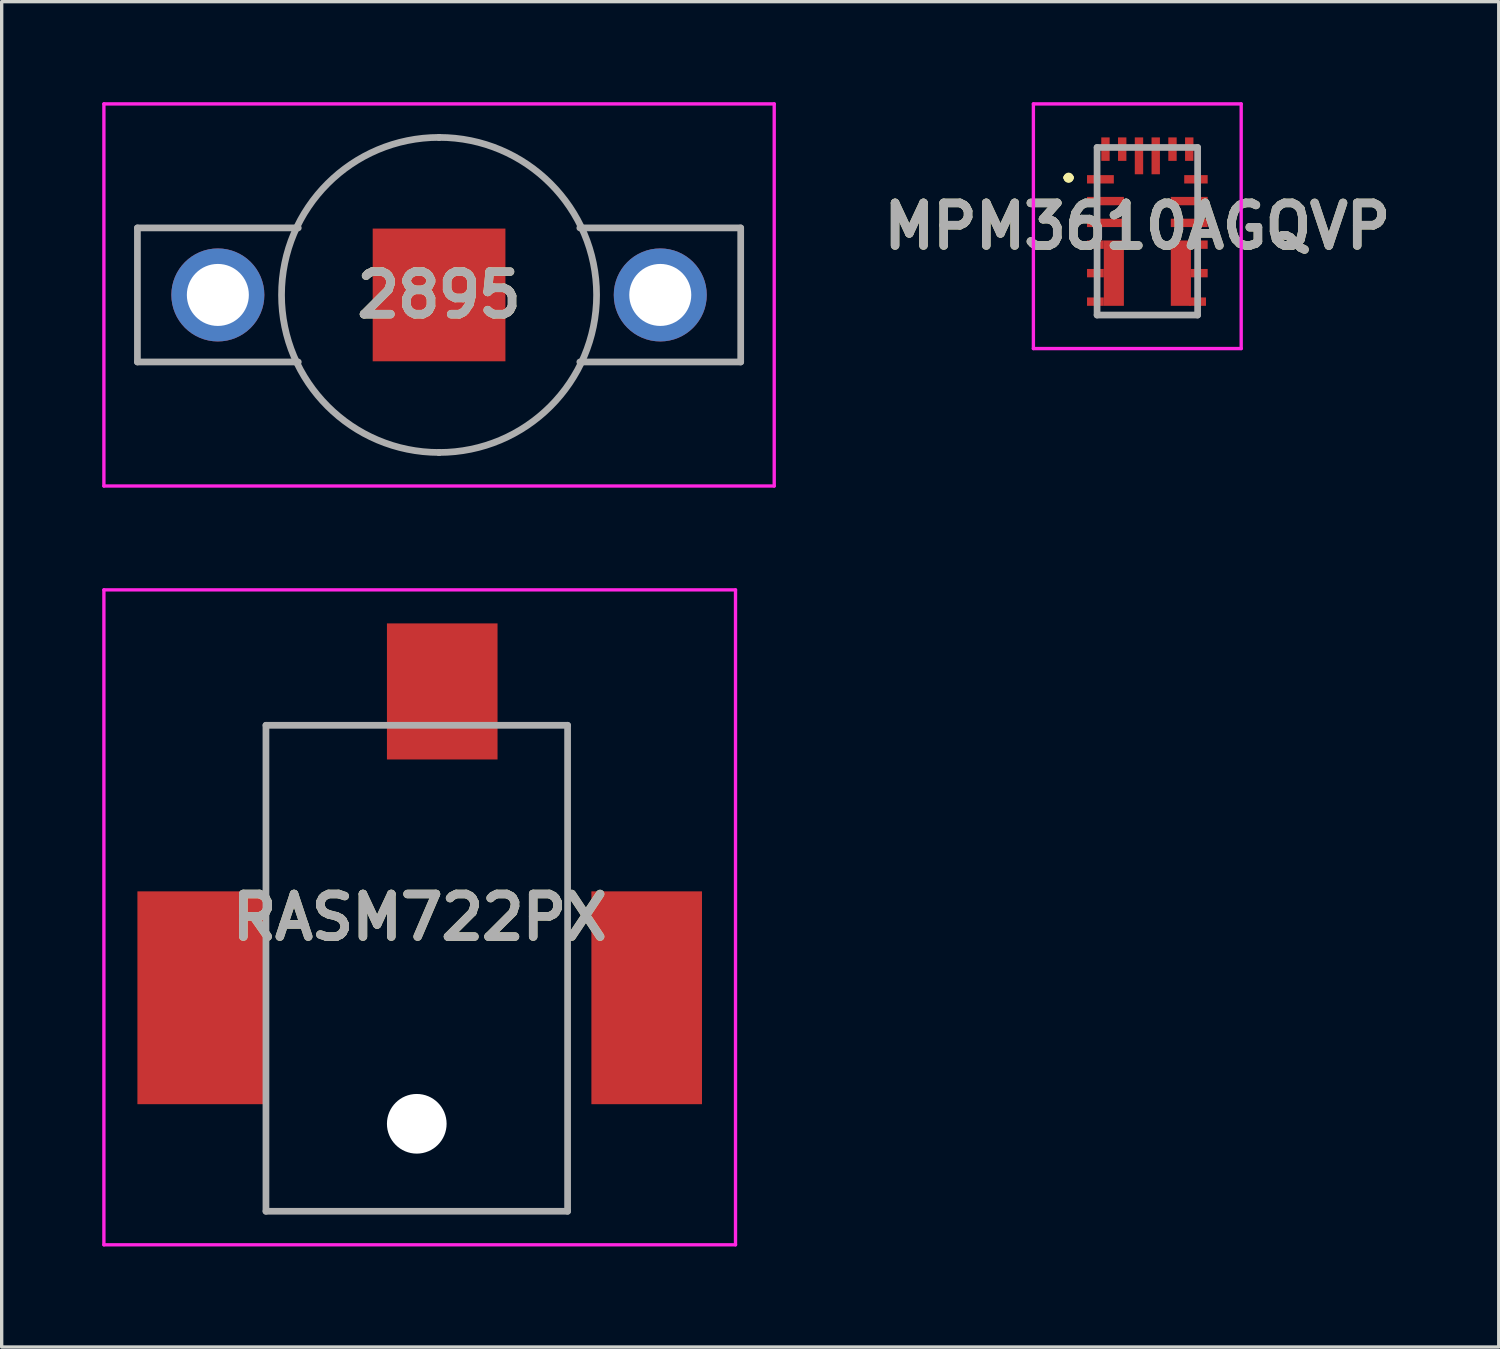
<source format=kicad_pcb>
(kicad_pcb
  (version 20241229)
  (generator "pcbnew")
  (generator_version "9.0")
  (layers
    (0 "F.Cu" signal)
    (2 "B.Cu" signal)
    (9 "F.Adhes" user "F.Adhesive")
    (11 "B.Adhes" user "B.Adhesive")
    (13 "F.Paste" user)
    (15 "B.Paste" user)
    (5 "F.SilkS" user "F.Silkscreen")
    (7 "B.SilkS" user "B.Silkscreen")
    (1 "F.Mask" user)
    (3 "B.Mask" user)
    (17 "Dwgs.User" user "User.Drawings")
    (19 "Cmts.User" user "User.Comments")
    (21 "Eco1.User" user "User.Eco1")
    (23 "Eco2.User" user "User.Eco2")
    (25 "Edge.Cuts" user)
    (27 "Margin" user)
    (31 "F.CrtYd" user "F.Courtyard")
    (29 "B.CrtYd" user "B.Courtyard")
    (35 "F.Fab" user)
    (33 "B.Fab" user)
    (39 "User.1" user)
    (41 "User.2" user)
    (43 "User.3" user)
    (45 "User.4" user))
  (footprint "2895"
    (layer "F.Cu")
    (at 3.45 5.75)
    (property "Reference" "2895" (at 6.6 0 0) (layer "F.SilkS") (effects (font (size 1.27 1.27) (thickness 0.254))))
    (attr through_hole)
    (fp_line (start 6.6 -4.7) (end 6.6 -4.7) (stroke (width 0.1) (type solid)) (layer "F.SilkS"))
    (fp_line (start 6.6 4.7) (end 6.6 4.7) (stroke (width 0.1) (type solid)) (layer "F.SilkS"))
    (fp_arc (start 6.6 -4.7) (mid 11.3 0) (end 6.6 4.7) (stroke (width 0.1) (type solid)) (layer "F.SilkS"))
    (fp_arc (start 6.6 4.7) (mid 1.9 0) (end 6.6 -4.7) (stroke (width 0.1) (type solid)) (layer "F.SilkS"))
    (fp_line (start -3.4 -5.7) (end 16.6 -5.7) (stroke (width 0.1) (type solid)) (layer "F.CrtYd"))
    (fp_line (start -3.4 5.7) (end -3.4 -5.7) (stroke (width 0.1) (type solid)) (layer "F.CrtYd"))
    (fp_line (start 16.6 -5.7) (end 16.6 5.7) (stroke (width 0.1) (type solid)) (layer "F.CrtYd"))
    (fp_line (start 16.6 5.7) (end -3.4 5.7) (stroke (width 0.1) (type solid)) (layer "F.CrtYd"))
    (fp_line (start -2.4 -2) (end -2.4 2) (stroke (width 0.2) (type solid)) (layer "F.Fab"))
    (fp_line (start -2.4 2) (end 2.4 2) (stroke (width 0.2) (type solid)) (layer "F.Fab"))
    (fp_line (start 2.4 -2) (end -2.4 -2) (stroke (width 0.2) (type solid)) (layer "F.Fab"))
    (fp_line (start 6.6 -4.7) (end 6.6 -4.7) (stroke (width 0.2) (type solid)) (layer "F.Fab"))
    (fp_line (start 6.6 4.7) (end 6.6 4.7) (stroke (width 0.2) (type solid)) (layer "F.Fab"))
    (fp_line (start 10.8 -2) (end 15.6 -2) (stroke (width 0.2) (type solid)) (layer "F.Fab"))
    (fp_line (start 15.6 -2) (end 15.6 2) (stroke (width 0.2) (type solid)) (layer "F.Fab"))
    (fp_line (start 15.6 2) (end 10.8 2) (stroke (width 0.2) (type solid)) (layer "F.Fab"))
    (fp_arc (start 6.6 -4.7) (mid 11.3 0) (end 6.6 4.7) (stroke (width 0.2) (type solid)) (layer "F.Fab"))
    (fp_arc (start 6.6 4.7) (mid 1.9 0) (end 6.6 -4.7) (stroke (width 0.2) (type solid)) (layer "F.Fab"))
    (fp_text user "${REFERENCE}" (at 6.6 0 0) (layer "F.Fab") (effects (font (size 1.27 1.27) (thickness 0.254))))
    (pad "1" thru_hole circle (at 0 0) (size 2.775 2.775) (drill 1.85) (layers "*.Cu" "*.Mask"))
    (pad "2" thru_hole circle (at 13.2 0) (size 2.775 2.775) (drill 1.85) (layers "*.Cu" "*.Mask"))
    (pad "MP1" smd rect (at 6.6 0 90) (size 3.96 3.96) (layers "F.Cu" "F.Mask" "F.Paste")))
  (footprint "RASM722PX"
    (layer "F.Cu")
    (at 9.6 25.335)
    (property "Reference" "RASM722PX" (at -0.128 -1.015 0) (layer "F.SilkS") (effects (font (size 1.27 1.27) (thickness 0.254))))
    (attr through_hole)
    (fp_line (start -4.715 -6.745) (end -1.455 -6.745) (stroke (width 0.1) (type solid)) (layer "F.SilkS"))
    (fp_line (start -4.715 -2.245) (end -4.715 -6.745) (stroke (width 0.1) (type solid)) (layer "F.SilkS"))
    (fp_line (start -4.715 7.755) (end -4.715 5.755) (stroke (width 0.1) (type solid)) (layer "F.SilkS"))
    (fp_line (start 2.545 -6.745) (end 4.285 -6.745) (stroke (width 0.1) (type solid)) (layer "F.SilkS"))
    (fp_line (start 4.285 -6.745) (end 4.285 7.755) (stroke (width 0.1) (type solid)) (layer "F.SilkS"))
    (fp_line (start 4.285 7.755) (end -4.715 7.755) (stroke (width 0.1) (type solid)) (layer "F.SilkS"))
    (fp_line (start -9.55 -10.785) (end 9.295 -10.785) (stroke (width 0.1) (type solid)) (layer "F.CrtYd"))
    (fp_line (start -9.55 8.755) (end -9.55 -10.785) (stroke (width 0.1) (type solid)) (layer "F.CrtYd"))
    (fp_line (start 9.295 -10.785) (end 9.295 8.755) (stroke (width 0.1) (type solid)) (layer "F.CrtYd"))
    (fp_line (start 9.295 8.755) (end -9.55 8.755) (stroke (width 0.1) (type solid)) (layer "F.CrtYd"))
    (fp_line (start -4.715 -6.745) (end 4.285 -6.745) (stroke (width 0.2) (type solid)) (layer "F.Fab"))
    (fp_line (start -4.715 7.755) (end -4.715 -6.745) (stroke (width 0.2) (type solid)) (layer "F.Fab"))
    (fp_line (start 4.285 -6.745) (end 4.285 7.755) (stroke (width 0.2) (type solid)) (layer "F.Fab"))
    (fp_line (start 4.285 7.755) (end -4.715 7.755) (stroke (width 0.2) (type solid)) (layer "F.Fab"))
    (fp_text user "${REFERENCE}" (at -0.128 -1.015 0) (layer "F.Fab") (effects (font (size 1.27 1.27) (thickness 0.254))))
    (pad "" np_thru_hole circle (at -0.215 5.145) (size 1.78 1.78) (drill 1.78) (layers "*.Cu" "*.Mask"))
    (pad "1" smd rect (at -6.645 1.385) (size 3.81 6.35) (layers "F.Cu" "F.Mask" "F.Paste"))
    (pad "2" smd rect (at 6.645 1.385) (size 3.3 6.35) (layers "F.Cu" "F.Mask" "F.Paste"))
    (pad "3" smd rect (at 0.545 -7.755) (size 3.3 4.06) (layers "F.Cu" "F.Mask" "F.Paste")))
  (footprint "MPM3610AGQVP"
    (layer "F.Cu")
    (at 31.183 3.85)
    (property "Reference" "MPM3610AGQVP" (at -0.3 -0.15 0) (layer "F.SilkS") (effects (font (size 1.27 1.27) (thickness 0.254))))
    (attr smd)
    (fp_line (start -2.4 -1.6) (end -2.4 -1.6) (stroke (width 0.2) (type solid)) (layer "F.SilkS"))
    (fp_line (start -2.4 -1.6) (end -2.4 -1.6) (stroke (width 0.2) (type solid)) (layer "F.SilkS"))
    (fp_line (start -2.3 -1.6) (end -2.3 -1.6) (stroke (width 0.2) (type solid)) (layer "F.SilkS"))
    (fp_line (start -1.4 2.5) (end -1.4 2.5) (stroke (width 0.1) (type solid)) (layer "F.SilkS"))
    (fp_line (start -1.4 2.5) (end 1.45 2.5) (stroke (width 0.1) (type solid)) (layer "F.SilkS"))
    (fp_line (start 1.45 2.5) (end -1.4 2.5) (stroke (width 0.1) (type solid)) (layer "F.SilkS"))
    (fp_line (start 1.45 2.5) (end 1.45 2.5) (stroke (width 0.1) (type solid)) (layer "F.SilkS"))
    (fp_arc (start -2.4 -1.6) (mid -2.35 -1.65) (end -2.3 -1.6) (stroke (width 0.2) (type solid)) (layer "F.SilkS"))
    (fp_arc (start -2.3 -1.6) (mid -2.35 -1.55) (end -2.4 -1.6) (stroke (width 0.2) (type solid)) (layer "F.SilkS"))
    (fp_arc (start -2.3 -1.6) (mid -2.35 -1.55) (end -2.4 -1.6) (stroke (width 0.2) (type solid)) (layer "F.SilkS"))
    (fp_line (start -3.4 -3.8) (end 2.8 -3.8) (stroke (width 0.1) (type solid)) (layer "F.CrtYd"))
    (fp_line (start -3.4 3.5) (end -3.4 -3.8) (stroke (width 0.1) (type solid)) (layer "F.CrtYd"))
    (fp_line (start 2.8 -3.8) (end 2.8 3.5) (stroke (width 0.1) (type solid)) (layer "F.CrtYd"))
    (fp_line (start 2.8 3.5) (end -3.4 3.5) (stroke (width 0.1) (type solid)) (layer "F.CrtYd"))
    (fp_line (start -1.5 -2.5) (end -1.5 2.5) (stroke (width 0.2) (type solid)) (layer "F.Fab"))
    (fp_line (start -1.5 2.5) (end 1.5 2.5) (stroke (width 0.2) (type solid)) (layer "F.Fab"))
    (fp_line (start 1.5 -2.5) (end -1.5 -2.5) (stroke (width 0.2) (type solid)) (layer "F.Fab"))
    (fp_line (start 1.5 2.5) (end 1.5 -2.5) (stroke (width 0.2) (type solid)) (layer "F.Fab"))
    (fp_text user "${REFERENCE}" (at -0.3 -0.15 0) (layer "F.Fab") (effects (font (size 1.27 1.27) (thickness 0.254))))
    (pad "1" smd rect (at -1.4 -1.55 90) (size 0.25 0.8) (layers "F.Cu" "F.Mask" "F.Paste"))
    (pad "2" smd rect (at -1.25 -0.9 90) (size 0.25 1.1) (layers "F.Cu" "F.Mask" "F.Paste"))
    (pad "3" smd rect (at -1.25 -0.25 90) (size 0.25 1.1) (layers "F.Cu" "F.Mask" "F.Paste"))
    (pad "4" smd rect (at -1.55 0.4 90) (size 0.25 0.5) (layers "F.Cu" "F.Mask" "F.Paste"))
    (pad "5" smd rect (at -1.55 1.25 90) (size 0.25 0.5) (layers "F.Cu" "F.Mask" "F.Paste"))
    (pad "6" smd rect (at -1.55 2.1 90) (size 0.25 0.5) (layers "F.Cu" "F.Mask" "F.Paste"))
    (pad "7" smd rect (at 1.5 2.1 90) (size 0.25 0.5) (layers "F.Cu" "F.Mask" "F.Paste"))
    (pad "8" smd rect (at 1.55 1.25 90) (size 0.25 0.5) (layers "F.Cu" "F.Mask" "F.Paste"))
    (pad "9" smd rect (at 1.55 0.4 90) (size 0.25 0.5) (layers "F.Cu" "F.Mask" "F.Paste"))
    (pad "10" smd rect (at 1.25 -0.25 90) (size 0.25 1.1) (layers "F.Cu" "F.Mask" "F.Paste"))
    (pad "11" smd rect (at 1.25 -0.9 90) (size 0.25 1.1) (layers "F.Cu" "F.Mask" "F.Paste"))
    (pad "12" smd rect (at 1.45 -1.55 90) (size 0.25 0.7) (layers "F.Cu" "F.Mask" "F.Paste"))
    (pad "13" smd rect (at 1.25 -2.45) (size 0.25 0.7) (layers "F.Cu" "F.Mask" "F.Paste"))
    (pad "14" smd rect (at 0.75 -2.45) (size 0.25 0.7) (layers "F.Cu" "F.Mask" "F.Paste"))
    (pad "15" smd rect (at 0.25 -2.25) (size 0.25 1.1) (layers "F.Cu" "F.Mask" "F.Paste"))
    (pad "16" smd rect (at -0.25 -2.25) (size 0.25 1.1) (layers "F.Cu" "F.Mask" "F.Paste"))
    (pad "17" smd rect (at -0.75 -2.45) (size 0.25 0.7) (layers "F.Cu" "F.Mask" "F.Paste"))
    (pad "18" smd rect (at -1.25 -2.45) (size 0.25 0.7) (layers "F.Cu" "F.Mask" "F.Paste"))
    (pad "19" smd rect (at -1 1.25) (size 0.6 1.95) (layers "F.Cu" "F.Mask" "F.Paste"))
    (pad "20" smd rect (at 1 1.25) (size 0.6 1.95) (layers "F.Cu" "F.Mask" "F.Paste")))
  (gr_rect
    (start -3 -3)
    (end 41.667 37.14)
    (stroke (width 0.1) (type default))
    (fill no)
    (layer "Edge.Cuts")))
</source>
